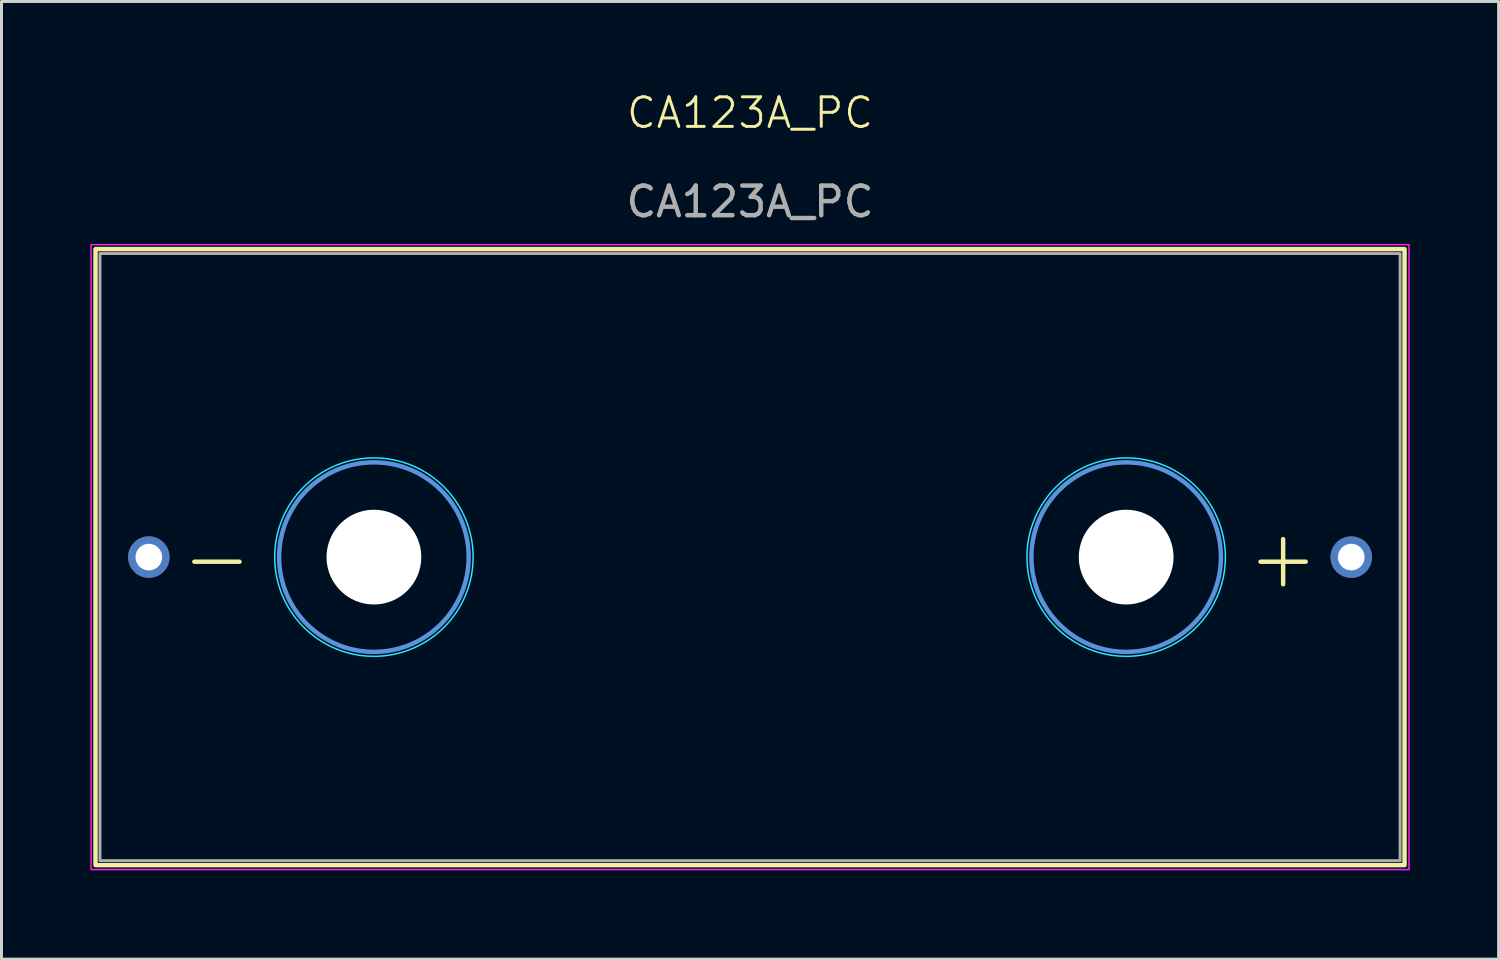
<source format=kicad_pcb>
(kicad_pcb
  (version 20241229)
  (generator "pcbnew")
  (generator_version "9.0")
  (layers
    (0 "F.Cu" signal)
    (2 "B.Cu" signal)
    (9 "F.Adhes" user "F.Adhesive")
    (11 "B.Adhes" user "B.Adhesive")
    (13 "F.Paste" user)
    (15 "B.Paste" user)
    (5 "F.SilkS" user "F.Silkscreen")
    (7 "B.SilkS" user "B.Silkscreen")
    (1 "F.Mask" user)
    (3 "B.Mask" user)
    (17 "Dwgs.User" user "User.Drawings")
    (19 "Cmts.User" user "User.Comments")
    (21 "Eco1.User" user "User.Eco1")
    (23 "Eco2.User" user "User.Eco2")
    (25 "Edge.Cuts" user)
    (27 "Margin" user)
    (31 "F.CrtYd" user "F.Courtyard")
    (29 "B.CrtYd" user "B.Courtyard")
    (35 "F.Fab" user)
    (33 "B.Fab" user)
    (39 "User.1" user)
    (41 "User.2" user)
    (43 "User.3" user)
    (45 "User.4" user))
  (footprint "CA123A_PC"
    (layer "F.Cu")
    (at 22.275 15.761)
    (property "Reference" "CA123A_PC" (at 0 -15 0) (unlocked yes) (layer "F.SilkS") (effects (font (size 1 1) (thickness 0.1))))
    (attr through_hole)
    (fp_rect (start -22.1 -10.4) (end 22.1 10.4) (stroke (width 0.15) (type default)) (fill no) (layer "F.SilkS"))
    (fp_circle (center -12.7 0) (end -9.5 0) (stroke (width 0.15) (type default)) (fill no) (layer "Cmts.User"))
    (fp_circle (center 12.7 0) (end 15.9 0) (stroke (width 0.15) (type default)) (fill no) (layer "Cmts.User"))
    (fp_circle (center -12.7 0) (end -9.35 0) (stroke (width 0.05) (type default)) (fill no) (layer "B.CrtYd"))
    (fp_circle (center 12.7 0) (end 16.05 0) (stroke (width 0.05) (type default)) (fill no) (layer "B.CrtYd"))
    (fp_rect (start -22.25 -10.55) (end 22.25 10.55) (stroke (width 0.05) (type default)) (fill no) (layer "F.CrtYd"))
    (fp_rect (start -21.95 -10.25) (end 21.95 10.25) (stroke (width 0.1) (type default)) (fill no) (layer "F.Fab"))
    (fp_text user "+" (at 18 0 0) (unlocked yes) (layer "F.SilkS") (effects (font (size 2 2) (thickness 0.15))))
    (fp_text user "-" (at -18 0 0) (unlocked yes) (layer "F.SilkS") (effects (font (size 2 2) (thickness 0.15))))
    (fp_text user "${REFERENCE}" (at 0 -12 0) (unlocked yes) (layer "F.Fab") (effects (font (size 1 1) (thickness 0.15))))
    (pad "" np_thru_hole circle (at -12.7 0) (size 3.2 3.2) (drill 3.2) (layers "*.Cu" "*.Mask"))
    (pad "" np_thru_hole circle (at 12.7 0) (size 3.2 3.2) (drill 3.2) (layers "*.Cu" "*.Mask"))
    (pad "1" thru_hole circle (at 20.3 0) (size 1.4 1.4) (drill 0.9) (layers "*.Cu" "*.Mask"))
    (pad "2" thru_hole circle (at -20.3 0) (size 1.4 1.4) (drill 0.9) (layers "*.Cu" "*.Mask")))
  (gr_rect
    (start -3 -3)
    (end 47.55 29.335)
    (stroke (width 0.1) (type default))
    (fill no)
    (layer "Edge.Cuts")))
</source>
